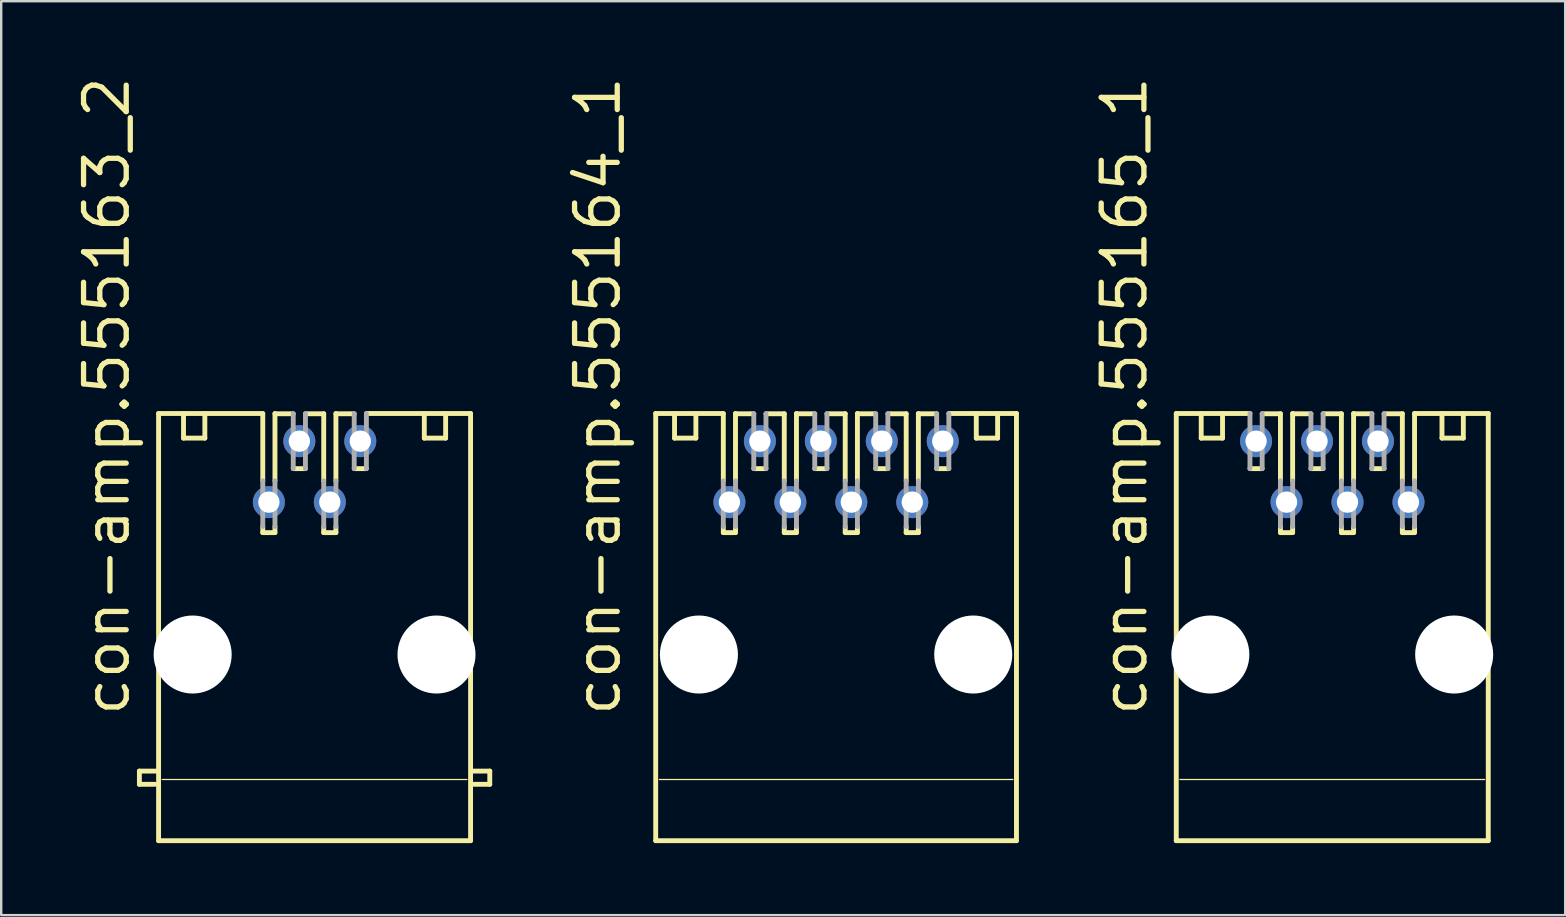
<source format=kicad_pcb>
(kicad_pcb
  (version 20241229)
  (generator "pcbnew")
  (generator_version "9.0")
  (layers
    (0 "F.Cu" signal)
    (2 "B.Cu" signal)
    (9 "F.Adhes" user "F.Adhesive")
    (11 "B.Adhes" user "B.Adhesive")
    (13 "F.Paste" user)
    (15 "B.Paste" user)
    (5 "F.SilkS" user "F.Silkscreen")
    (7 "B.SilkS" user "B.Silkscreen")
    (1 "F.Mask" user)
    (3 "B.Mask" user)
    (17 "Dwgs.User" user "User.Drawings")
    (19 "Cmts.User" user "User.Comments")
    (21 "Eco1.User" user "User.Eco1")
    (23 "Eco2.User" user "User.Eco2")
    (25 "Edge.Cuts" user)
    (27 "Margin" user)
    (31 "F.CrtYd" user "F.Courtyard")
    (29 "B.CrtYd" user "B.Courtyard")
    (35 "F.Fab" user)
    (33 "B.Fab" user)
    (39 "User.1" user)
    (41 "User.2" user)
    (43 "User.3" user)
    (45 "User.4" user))
  (footprint "con-amp.555164_1"
    (layer "F.Cu")
    (at 31.788 23.08)
    (property "Reference" "con-amp.555164_1" (at -8.89 3.81 90) (layer "F.SilkS") (effects (font (size 1.778 1.778) (thickness 0.22)) (justify left bottom)))
    (attr through_hole)
    (fp_line (start -7.516 -8.9) (end -4.699 -8.9) (stroke (width 0.203) (type default)) (layer "F.SilkS"))
    (fp_line (start -7.516 8.9) (end -7.516 -8.9) (stroke (width 0.203) (type default)) (layer "F.SilkS"))
    (fp_line (start -7.366 6.35) (end 7.366 6.35) (stroke (width 0.051) (type default)) (layer "F.SilkS"))
    (fp_line (start -6.731 -8.89) (end -6.731 -7.874) (stroke (width 0.203) (type default)) (layer "F.SilkS"))
    (fp_line (start -6.731 -7.874) (end -5.842 -7.874) (stroke (width 0.203) (type default)) (layer "F.SilkS"))
    (fp_line (start -5.842 -7.874) (end -5.842 -8.89) (stroke (width 0.203) (type default)) (layer "F.SilkS"))
    (fp_line (start -4.699 -6.096) (end -4.699 -8.89) (stroke (width 0.203) (type default)) (layer "F.SilkS"))
    (fp_line (start -4.699 -3.937) (end -4.699 -4.191) (stroke (width 0.203) (type default)) (layer "F.SilkS"))
    (fp_line (start -4.191 -8.89) (end -3.429 -8.89) (stroke (width 0.203) (type default)) (layer "F.SilkS"))
    (fp_line (start -4.191 -6.096) (end -4.191 -8.9) (stroke (width 0.203) (type default)) (layer "F.SilkS"))
    (fp_line (start -4.191 -3.937) (end -4.699 -3.937) (stroke (width 0.203) (type default)) (layer "F.SilkS"))
    (fp_line (start -4.191 -3.937) (end -4.191 -4.191) (stroke (width 0.203) (type default)) (layer "F.SilkS"))
    (fp_line (start -2.921 -8.89) (end -2.159 -8.89) (stroke (width 0.203) (type default)) (layer "F.SilkS"))
    (fp_line (start -2.921 -6.604) (end -3.429 -6.604) (stroke (width 0.203) (type default)) (layer "F.SilkS"))
    (fp_line (start -2.159 -6.096) (end -2.159 -8.89) (stroke (width 0.203) (type default)) (layer "F.SilkS"))
    (fp_line (start -2.159 -3.937) (end -2.159 -4.191) (stroke (width 0.203) (type default)) (layer "F.SilkS"))
    (fp_line (start -1.651 -8.89) (end -0.889 -8.89) (stroke (width 0.203) (type default)) (layer "F.SilkS"))
    (fp_line (start -1.651 -6.096) (end -1.651 -8.9) (stroke (width 0.203) (type default)) (layer "F.SilkS"))
    (fp_line (start -1.651 -3.937) (end -2.159 -3.937) (stroke (width 0.203) (type default)) (layer "F.SilkS"))
    (fp_line (start -1.651 -3.937) (end -1.651 -4.191) (stroke (width 0.203) (type default)) (layer "F.SilkS"))
    (fp_line (start -0.381 -8.89) (end 0.381 -8.89) (stroke (width 0.203) (type default)) (layer "F.SilkS"))
    (fp_line (start -0.381 -6.604) (end -0.889 -6.604) (stroke (width 0.203) (type default)) (layer "F.SilkS"))
    (fp_line (start 0.381 -6.096) (end 0.381 -8.89) (stroke (width 0.203) (type default)) (layer "F.SilkS"))
    (fp_line (start 0.381 -3.937) (end 0.381 -4.191) (stroke (width 0.203) (type default)) (layer "F.SilkS"))
    (fp_line (start 0.889 -8.89) (end 0.889 -8.9) (stroke (width 0.203) (type default)) (layer "F.SilkS"))
    (fp_line (start 0.889 -8.89) (end 1.651 -8.89) (stroke (width 0.203) (type default)) (layer "F.SilkS"))
    (fp_line (start 0.889 -6.096) (end 0.889 -8.89) (stroke (width 0.203) (type default)) (layer "F.SilkS"))
    (fp_line (start 0.889 -3.937) (end 0.381 -3.937) (stroke (width 0.203) (type default)) (layer "F.SilkS"))
    (fp_line (start 0.889 -3.937) (end 0.889 -4.191) (stroke (width 0.203) (type default)) (layer "F.SilkS"))
    (fp_line (start 2.159 -8.89) (end 2.921 -8.89) (stroke (width 0.203) (type default)) (layer "F.SilkS"))
    (fp_line (start 2.159 -6.604) (end 1.651 -6.604) (stroke (width 0.203) (type default)) (layer "F.SilkS"))
    (fp_line (start 2.921 -6.096) (end 2.921 -8.89) (stroke (width 0.203) (type default)) (layer "F.SilkS"))
    (fp_line (start 2.921 -3.937) (end 2.921 -4.191) (stroke (width 0.203) (type default)) (layer "F.SilkS"))
    (fp_line (start 3.429 -8.89) (end 4.191 -8.89) (stroke (width 0.203) (type default)) (layer "F.SilkS"))
    (fp_line (start 3.429 -6.096) (end 3.429 -8.9) (stroke (width 0.203) (type default)) (layer "F.SilkS"))
    (fp_line (start 3.429 -3.937) (end 2.921 -3.937) (stroke (width 0.203) (type default)) (layer "F.SilkS"))
    (fp_line (start 3.429 -3.937) (end 3.429 -4.191) (stroke (width 0.203) (type default)) (layer "F.SilkS"))
    (fp_line (start 4.699 -8.9) (end 7.516 -8.9) (stroke (width 0.203) (type default)) (layer "F.SilkS"))
    (fp_line (start 4.699 -6.604) (end 4.191 -6.604) (stroke (width 0.203) (type default)) (layer "F.SilkS"))
    (fp_line (start 5.842 -7.874) (end 5.842 -8.89) (stroke (width 0.203) (type default)) (layer "F.SilkS"))
    (fp_line (start 6.731 -8.89) (end 6.731 -7.874) (stroke (width 0.203) (type default)) (layer "F.SilkS"))
    (fp_line (start 6.731 -7.874) (end 5.842 -7.874) (stroke (width 0.203) (type default)) (layer "F.SilkS"))
    (fp_line (start 7.516 -8.9) (end 7.516 8.9) (stroke (width 0.203) (type default)) (layer "F.SilkS"))
    (fp_line (start 7.516 8.9) (end -7.516 8.9) (stroke (width 0.203) (type default)) (layer "F.SilkS"))
    (fp_line (start -4.699 -6.096) (end -4.699 -4.191) (stroke (width 0.203) (type default)) (layer "F.Fab"))
    (fp_line (start -4.191 -6.096) (end -4.191 -4.191) (stroke (width 0.203) (type default)) (layer "F.Fab"))
    (fp_line (start -3.429 -8.89) (end -3.429 -6.604) (stroke (width 0.203) (type default)) (layer "F.Fab"))
    (fp_line (start -2.921 -8.89) (end -2.921 -6.604) (stroke (width 0.203) (type default)) (layer "F.Fab"))
    (fp_line (start -2.159 -6.096) (end -2.159 -4.191) (stroke (width 0.203) (type default)) (layer "F.Fab"))
    (fp_line (start -1.651 -6.096) (end -1.651 -4.191) (stroke (width 0.203) (type default)) (layer "F.Fab"))
    (fp_line (start -0.889 -8.89) (end -0.889 -6.604) (stroke (width 0.203) (type default)) (layer "F.Fab"))
    (fp_line (start -0.381 -8.89) (end -0.381 -6.604) (stroke (width 0.203) (type default)) (layer "F.Fab"))
    (fp_line (start 0.381 -6.096) (end 0.381 -4.191) (stroke (width 0.203) (type default)) (layer "F.Fab"))
    (fp_line (start 0.889 -6.096) (end 0.889 -4.191) (stroke (width 0.203) (type default)) (layer "F.Fab"))
    (fp_line (start 1.651 -8.89) (end 1.651 -6.604) (stroke (width 0.203) (type default)) (layer "F.Fab"))
    (fp_line (start 2.159 -8.89) (end 2.159 -6.604) (stroke (width 0.203) (type default)) (layer "F.Fab"))
    (fp_line (start 2.921 -6.096) (end 2.921 -4.191) (stroke (width 0.203) (type default)) (layer "F.Fab"))
    (fp_line (start 3.429 -6.096) (end 3.429 -4.191) (stroke (width 0.203) (type default)) (layer "F.Fab"))
    (fp_line (start 4.191 -8.89) (end 4.191 -6.604) (stroke (width 0.203) (type default)) (layer "F.Fab"))
    (fp_line (start 4.699 -8.89) (end 4.699 -6.604) (stroke (width 0.203) (type default)) (layer "F.Fab"))
    (pad "" np_thru_hole circle (at -5.715 1.143) (size 3.251 3.251) (drill 3.251) (layers "*.Cu" "*.Mask"))
    (pad "" np_thru_hole circle (at 5.715 1.143) (size 3.251 3.251) (drill 3.251) (layers "*.Cu" "*.Mask"))
    (pad "1" thru_hole circle (at -4.445 -5.207) (size 1.333 1.333) (drill 0.889) (layers "*.Cu" "*.Mask"))
    (pad "2" thru_hole circle (at -3.175 -7.747) (size 1.333 1.333) (drill 0.889) (layers "*.Cu" "*.Mask"))
    (pad "3" thru_hole circle (at -1.905 -5.207) (size 1.333 1.333) (drill 0.889) (layers "*.Cu" "*.Mask"))
    (pad "4" thru_hole circle (at -0.635 -7.747) (size 1.333 1.333) (drill 0.889) (layers "*.Cu" "*.Mask"))
    (pad "5" thru_hole circle (at 0.635 -5.207) (size 1.333 1.333) (drill 0.889) (layers "*.Cu" "*.Mask"))
    (pad "6" thru_hole circle (at 1.905 -7.747) (size 1.333 1.333) (drill 0.889) (layers "*.Cu" "*.Mask"))
    (pad "7" thru_hole circle (at 3.175 -5.207) (size 1.333 1.333) (drill 0.889) (layers "*.Cu" "*.Mask"))
    (pad "8" thru_hole circle (at 4.445 -7.747) (size 1.333 1.333) (drill 0.889) (layers "*.Cu" "*.Mask")))
  (footprint "con-amp.555163_2"
    (layer "F.Cu")
    (at 10.058 23.08)
    (property "Reference" "con-amp.555163_2" (at -7.62 3.81 90) (layer "F.SilkS") (effects (font (size 1.778 1.778) (thickness 0.22)) (justify left bottom)))
    (attr through_hole)
    (fp_line (start -7.3 6) (end -6.6 6) (stroke (width 0.203) (type default)) (layer "F.SilkS"))
    (fp_line (start -7.3 6.55) (end -7.3 6) (stroke (width 0.203) (type default)) (layer "F.SilkS"))
    (fp_line (start -6.65 6.55) (end -7.3 6.55) (stroke (width 0.203) (type default)) (layer "F.SilkS"))
    (fp_line (start -6.5 -8.9) (end -2.159 -8.9) (stroke (width 0.203) (type default)) (layer "F.SilkS"))
    (fp_line (start -6.5 8.9) (end -6.5 -8.9) (stroke (width 0.203) (type default)) (layer "F.SilkS"))
    (fp_line (start -6.35 6.35) (end 6.35 6.35) (stroke (width 0.051) (type default)) (layer "F.SilkS"))
    (fp_line (start -5.461 -8.89) (end -5.461 -7.874) (stroke (width 0.203) (type default)) (layer "F.SilkS"))
    (fp_line (start -5.461 -7.874) (end -4.572 -7.874) (stroke (width 0.203) (type default)) (layer "F.SilkS"))
    (fp_line (start -4.572 -7.874) (end -4.572 -8.89) (stroke (width 0.203) (type default)) (layer "F.SilkS"))
    (fp_line (start -2.159 -6.096) (end -2.159 -8.89) (stroke (width 0.203) (type default)) (layer "F.SilkS"))
    (fp_line (start -2.159 -3.937) (end -2.159 -4.191) (stroke (width 0.203) (type default)) (layer "F.SilkS"))
    (fp_line (start -1.651 -8.89) (end -0.889 -8.89) (stroke (width 0.203) (type default)) (layer "F.SilkS"))
    (fp_line (start -1.651 -6.096) (end -1.651 -8.9) (stroke (width 0.203) (type default)) (layer "F.SilkS"))
    (fp_line (start -1.651 -3.937) (end -2.159 -3.937) (stroke (width 0.203) (type default)) (layer "F.SilkS"))
    (fp_line (start -1.651 -3.937) (end -1.651 -4.191) (stroke (width 0.203) (type default)) (layer "F.SilkS"))
    (fp_line (start -0.381 -8.89) (end 0.381 -8.89) (stroke (width 0.203) (type default)) (layer "F.SilkS"))
    (fp_line (start -0.381 -6.604) (end -0.889 -6.604) (stroke (width 0.203) (type default)) (layer "F.SilkS"))
    (fp_line (start 0.381 -6.096) (end 0.381 -8.89) (stroke (width 0.203) (type default)) (layer "F.SilkS"))
    (fp_line (start 0.381 -3.937) (end 0.381 -4.191) (stroke (width 0.203) (type default)) (layer "F.SilkS"))
    (fp_line (start 0.889 -8.89) (end 1.651 -8.89) (stroke (width 0.203) (type default)) (layer "F.SilkS"))
    (fp_line (start 0.889 -6.096) (end 0.889 -8.9) (stroke (width 0.203) (type default)) (layer "F.SilkS"))
    (fp_line (start 0.889 -3.937) (end 0.381 -3.937) (stroke (width 0.203) (type default)) (layer "F.SilkS"))
    (fp_line (start 0.889 -3.937) (end 0.889 -4.191) (stroke (width 0.203) (type default)) (layer "F.SilkS"))
    (fp_line (start 2.159 -8.9) (end 6.5 -8.9) (stroke (width 0.203) (type default)) (layer "F.SilkS"))
    (fp_line (start 2.159 -6.604) (end 1.651 -6.604) (stroke (width 0.203) (type default)) (layer "F.SilkS"))
    (fp_line (start 4.572 -7.874) (end 4.572 -8.89) (stroke (width 0.203) (type default)) (layer "F.SilkS"))
    (fp_line (start 5.461 -8.89) (end 5.461 -7.874) (stroke (width 0.203) (type default)) (layer "F.SilkS"))
    (fp_line (start 5.461 -7.874) (end 4.572 -7.874) (stroke (width 0.203) (type default)) (layer "F.SilkS"))
    (fp_line (start 6.5 -8.9) (end 6.5 8.9) (stroke (width 0.203) (type default)) (layer "F.SilkS"))
    (fp_line (start 6.5 8.9) (end -6.5 8.9) (stroke (width 0.203) (type default)) (layer "F.SilkS"))
    (fp_line (start 6.65 6.55) (end 7.3 6.55) (stroke (width 0.203) (type default)) (layer "F.SilkS"))
    (fp_line (start 7.3 6) (end 6.6 6) (stroke (width 0.203) (type default)) (layer "F.SilkS"))
    (fp_line (start 7.3 6.55) (end 7.3 6) (stroke (width 0.203) (type default)) (layer "F.SilkS"))
    (fp_line (start -2.159 -6.096) (end -2.159 -4.191) (stroke (width 0.203) (type default)) (layer "F.Fab"))
    (fp_line (start -1.651 -6.096) (end -1.651 -4.191) (stroke (width 0.203) (type default)) (layer "F.Fab"))
    (fp_line (start -0.889 -8.89) (end -0.889 -6.604) (stroke (width 0.203) (type default)) (layer "F.Fab"))
    (fp_line (start -0.381 -8.89) (end -0.381 -6.604) (stroke (width 0.203) (type default)) (layer "F.Fab"))
    (fp_line (start 0.381 -6.096) (end 0.381 -4.191) (stroke (width 0.203) (type default)) (layer "F.Fab"))
    (fp_line (start 0.889 -6.096) (end 0.889 -4.191) (stroke (width 0.203) (type default)) (layer "F.Fab"))
    (fp_line (start 1.651 -8.89) (end 1.651 -6.604) (stroke (width 0.203) (type default)) (layer "F.Fab"))
    (fp_line (start 2.159 -8.89) (end 2.159 -6.604) (stroke (width 0.203) (type default)) (layer "F.Fab"))
    (pad "" np_thru_hole circle (at -5.08 1.143) (size 3.251 3.251) (drill 3.251) (layers "*.Cu" "*.Mask"))
    (pad "" np_thru_hole circle (at 5.08 1.143) (size 3.251 3.251) (drill 3.251) (layers "*.Cu" "*.Mask"))
    (pad "1" thru_hole circle (at -1.905 -5.207) (size 1.333 1.333) (drill 0.889) (layers "*.Cu" "*.Mask"))
    (pad "2" thru_hole circle (at -0.635 -7.747) (size 1.333 1.333) (drill 0.889) (layers "*.Cu" "*.Mask"))
    (pad "3" thru_hole circle (at 0.635 -5.207) (size 1.333 1.333) (drill 0.889) (layers "*.Cu" "*.Mask"))
    (pad "4" thru_hole circle (at 1.905 -7.747) (size 1.333 1.333) (drill 0.889) (layers "*.Cu" "*.Mask")))
  (footprint "con-amp.555165_1"
    (layer "F.Cu")
    (at 52.463 23.08)
    (property "Reference" "con-amp.555165_1" (at -7.62 3.81 90) (layer "F.SilkS") (effects (font (size 1.778 1.778) (thickness 0.22)) (justify left bottom)))
    (attr through_hole)
    (fp_line (start -6.5 -8.9) (end -3.429 -8.9) (stroke (width 0.203) (type default)) (layer "F.SilkS"))
    (fp_line (start -6.5 8.9) (end -6.5 -8.9) (stroke (width 0.203) (type default)) (layer "F.SilkS"))
    (fp_line (start -6.35 6.35) (end 6.35 6.35) (stroke (width 0.051) (type default)) (layer "F.SilkS"))
    (fp_line (start -5.461 -8.89) (end -5.461 -7.874) (stroke (width 0.203) (type default)) (layer "F.SilkS"))
    (fp_line (start -5.461 -7.874) (end -4.572 -7.874) (stroke (width 0.203) (type default)) (layer "F.SilkS"))
    (fp_line (start -4.572 -7.874) (end -4.572 -8.89) (stroke (width 0.203) (type default)) (layer "F.SilkS"))
    (fp_line (start -2.921 -8.89) (end -2.159 -8.89) (stroke (width 0.203) (type default)) (layer "F.SilkS"))
    (fp_line (start -2.921 -6.604) (end -3.429 -6.604) (stroke (width 0.203) (type default)) (layer "F.SilkS"))
    (fp_line (start -2.159 -6.096) (end -2.159 -8.89) (stroke (width 0.203) (type default)) (layer "F.SilkS"))
    (fp_line (start -2.159 -3.937) (end -2.159 -4.191) (stroke (width 0.203) (type default)) (layer "F.SilkS"))
    (fp_line (start -1.651 -8.89) (end -0.889 -8.89) (stroke (width 0.203) (type default)) (layer "F.SilkS"))
    (fp_line (start -1.651 -6.096) (end -1.651 -8.9) (stroke (width 0.203) (type default)) (layer "F.SilkS"))
    (fp_line (start -1.651 -3.937) (end -2.159 -3.937) (stroke (width 0.203) (type default)) (layer "F.SilkS"))
    (fp_line (start -1.651 -3.937) (end -1.651 -4.191) (stroke (width 0.203) (type default)) (layer "F.SilkS"))
    (fp_line (start -0.381 -8.89) (end 0.381 -8.89) (stroke (width 0.203) (type default)) (layer "F.SilkS"))
    (fp_line (start -0.381 -6.604) (end -0.889 -6.604) (stroke (width 0.203) (type default)) (layer "F.SilkS"))
    (fp_line (start 0.381 -6.096) (end 0.381 -8.89) (stroke (width 0.203) (type default)) (layer "F.SilkS"))
    (fp_line (start 0.381 -3.937) (end 0.381 -4.191) (stroke (width 0.203) (type default)) (layer "F.SilkS"))
    (fp_line (start 0.889 -8.89) (end 1.651 -8.89) (stroke (width 0.203) (type default)) (layer "F.SilkS"))
    (fp_line (start 0.889 -6.096) (end 0.889 -8.9) (stroke (width 0.203) (type default)) (layer "F.SilkS"))
    (fp_line (start 0.889 -3.937) (end 0.381 -3.937) (stroke (width 0.203) (type default)) (layer "F.SilkS"))
    (fp_line (start 0.889 -3.937) (end 0.889 -4.191) (stroke (width 0.203) (type default)) (layer "F.SilkS"))
    (fp_line (start 2.159 -8.89) (end 2.921 -8.89) (stroke (width 0.203) (type default)) (layer "F.SilkS"))
    (fp_line (start 2.159 -6.604) (end 1.651 -6.604) (stroke (width 0.203) (type default)) (layer "F.SilkS"))
    (fp_line (start 2.921 -6.096) (end 2.921 -8.89) (stroke (width 0.203) (type default)) (layer "F.SilkS"))
    (fp_line (start 2.921 -3.937) (end 2.921 -4.191) (stroke (width 0.203) (type default)) (layer "F.SilkS"))
    (fp_line (start 3.429 -8.9) (end 6.5 -8.9) (stroke (width 0.203) (type default)) (layer "F.SilkS"))
    (fp_line (start 3.429 -6.096) (end 3.429 -8.9) (stroke (width 0.203) (type default)) (layer "F.SilkS"))
    (fp_line (start 3.429 -3.937) (end 2.921 -3.937) (stroke (width 0.203) (type default)) (layer "F.SilkS"))
    (fp_line (start 3.429 -3.937) (end 3.429 -4.191) (stroke (width 0.203) (type default)) (layer "F.SilkS"))
    (fp_line (start 4.572 -7.874) (end 4.572 -8.89) (stroke (width 0.203) (type default)) (layer "F.SilkS"))
    (fp_line (start 5.461 -8.89) (end 5.461 -7.874) (stroke (width 0.203) (type default)) (layer "F.SilkS"))
    (fp_line (start 5.461 -7.874) (end 4.572 -7.874) (stroke (width 0.203) (type default)) (layer "F.SilkS"))
    (fp_line (start 6.5 -8.9) (end 6.5 8.9) (stroke (width 0.203) (type default)) (layer "F.SilkS"))
    (fp_line (start 6.5 8.9) (end -6.5 8.9) (stroke (width 0.203) (type default)) (layer "F.SilkS"))
    (fp_line (start -3.429 -8.9) (end -3.429 -6.604) (stroke (width 0.203) (type default)) (layer "F.Fab"))
    (fp_line (start -2.921 -8.89) (end -2.921 -6.604) (stroke (width 0.203) (type default)) (layer "F.Fab"))
    (fp_line (start -2.159 -6.096) (end -2.159 -4.191) (stroke (width 0.203) (type default)) (layer "F.Fab"))
    (fp_line (start -1.651 -6.096) (end -1.651 -4.191) (stroke (width 0.203) (type default)) (layer "F.Fab"))
    (fp_line (start -0.889 -8.89) (end -0.889 -6.604) (stroke (width 0.203) (type default)) (layer "F.Fab"))
    (fp_line (start -0.381 -8.89) (end -0.381 -6.604) (stroke (width 0.203) (type default)) (layer "F.Fab"))
    (fp_line (start 0.381 -6.096) (end 0.381 -4.191) (stroke (width 0.203) (type default)) (layer "F.Fab"))
    (fp_line (start 0.889 -6.096) (end 0.889 -4.191) (stroke (width 0.203) (type default)) (layer "F.Fab"))
    (fp_line (start 1.651 -8.89) (end 1.651 -6.604) (stroke (width 0.203) (type default)) (layer "F.Fab"))
    (fp_line (start 2.159 -8.89) (end 2.159 -6.604) (stroke (width 0.203) (type default)) (layer "F.Fab"))
    (fp_line (start 2.921 -6.096) (end 2.921 -4.191) (stroke (width 0.203) (type default)) (layer "F.Fab"))
    (fp_line (start 3.429 -6.096) (end 3.429 -4.191) (stroke (width 0.203) (type default)) (layer "F.Fab"))
    (pad "" np_thru_hole circle (at -5.08 1.143) (size 3.251 3.251) (drill 3.251) (layers "*.Cu" "*.Mask"))
    (pad "" np_thru_hole circle (at 5.08 1.143) (size 3.251 3.251) (drill 3.251) (layers "*.Cu" "*.Mask"))
    (pad "1" thru_hole circle (at -3.175 -7.747) (size 1.333 1.333) (drill 0.889) (layers "*.Cu" "*.Mask"))
    (pad "2" thru_hole circle (at -1.905 -5.207) (size 1.333 1.333) (drill 0.889) (layers "*.Cu" "*.Mask"))
    (pad "3" thru_hole circle (at -0.635 -7.747) (size 1.333 1.333) (drill 0.889) (layers "*.Cu" "*.Mask"))
    (pad "4" thru_hole circle (at 0.635 -5.207) (size 1.333 1.333) (drill 0.889) (layers "*.Cu" "*.Mask"))
    (pad "5" thru_hole circle (at 1.905 -7.747) (size 1.333 1.333) (drill 0.889) (layers "*.Cu" "*.Mask"))
    (pad "6" thru_hole circle (at 3.175 -5.207) (size 1.333 1.333) (drill 0.889) (layers "*.Cu" "*.Mask")))
  (gr_rect
    (start -3 -3)
    (end 62.169 35.081)
    (stroke (width 0.1) (type default))
    (fill no)
    (layer "Edge.Cuts")))
</source>
